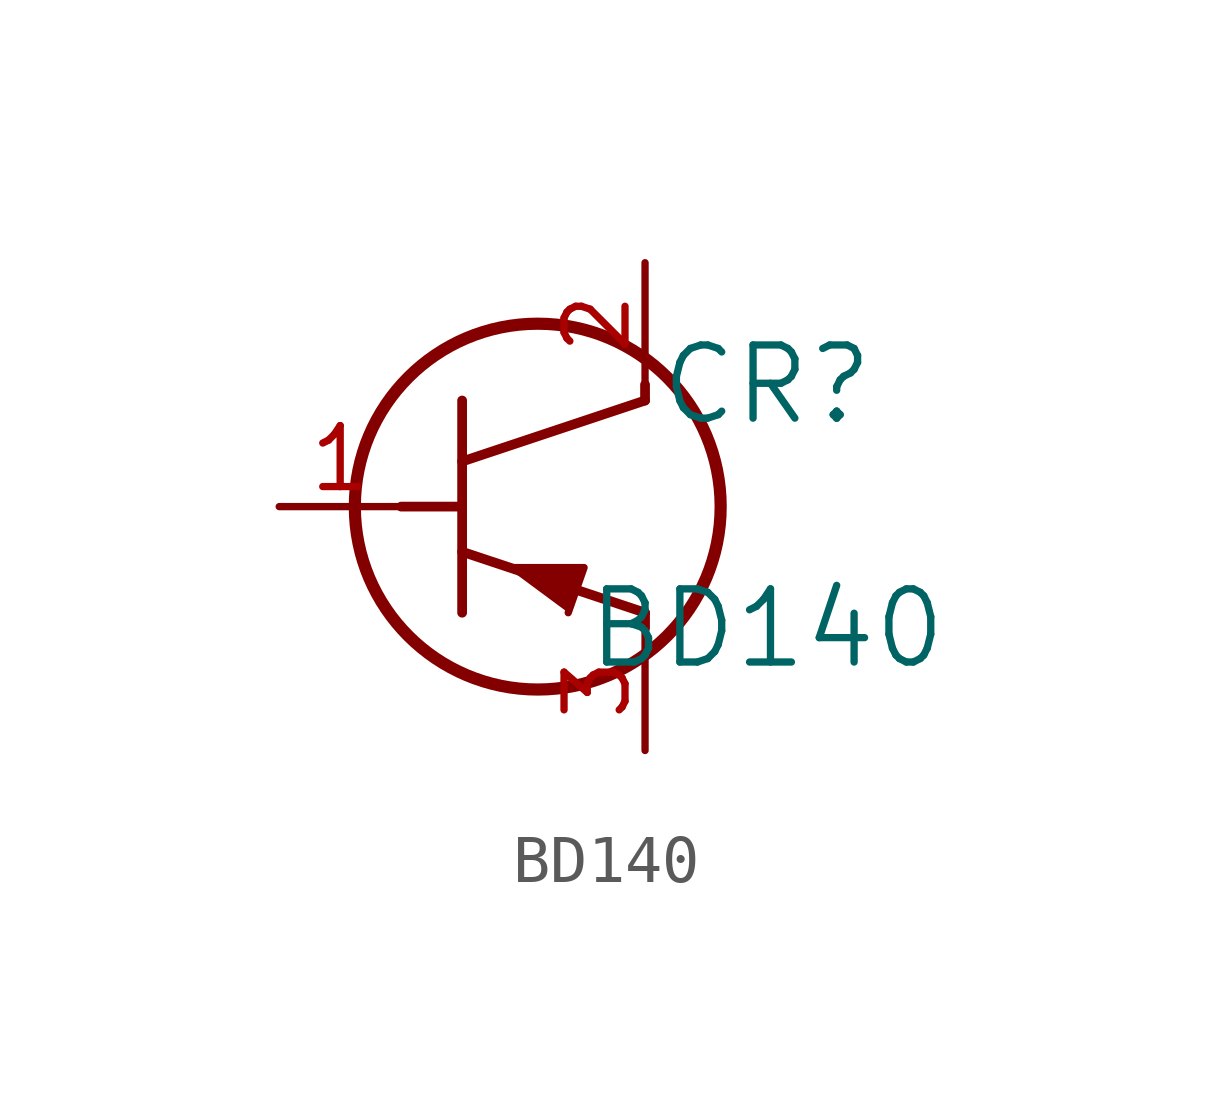
<source format=kicad_sym>
(kicad_symbol_lib
  (version 20211014)
  (generator kicad_symbol_editor)
  (symbol "BD140"
    (pin_names
      (offset 0.254))
    (property "Reference" "CR"
      (at 10.16 2.54 0)
      (effects (font (size 1.524 1.524))))
    (property "Value" "BD140"
      (at 10.16 -2.54 0)
      (effects (font (size 1.524 1.524))))
    (symbol "BD140_0_1"
      (circle (center 5.385 0) (radius 3.81) (stroke (width 0.254) (type default) (color 0 0 0 0)) (fill (type none)))
      (polyline (pts (xy 3.81 -2.21) (xy 3.81 2.21)) (stroke (width 0.203) (type default) (color 0 0 0 0)) (fill (type none)))
      (polyline (pts (xy 3.81 0.94) (xy 7.62 2.21)) (stroke (width 0.203) (type default) (color 0 0 0 0)) (fill (type none)))
      (polyline (pts (xy 3.81 -0.94) (xy 7.62 -2.21)) (stroke (width 0.203) (type default) (color 0 0 0 0)) (fill (type none)))
      (polyline (pts (xy 7.62 -2.54) (xy 7.62 -2.21)) (stroke (width 0.203) (type default) (color 0 0 0 0)) (fill (type none)))
      (polyline (pts (xy 7.62 2.21) (xy 7.62 2.54)) (stroke (width 0.203) (type default) (color 0 0 0 0)) (fill (type none)))
      (polyline (pts (xy 2.54 0) (xy 3.81 0)) (stroke (width 0.203) (type default) (color 0 0 0 0)) (fill (type none)))
      (polyline (pts (xy 6.02 -2.21) (xy 6.35 -1.27) (xy 4.75 -1.27)) (stroke (width 0) (type default) (color 0 0 0 0)) (fill (type outline)))
      (pin unspecified line (at 0 0 0) (length 2.54) (name "" (effects (font (size 1.27 1.27)))) (number "1" (effects (font (size 1.27 1.27)))))
      (pin unspecified line (at 7.62 5.08 270) (length 2.54) (name "" (effects (font (size 1.27 1.27)))) (number "2" (effects (font (size 1.27 1.27)))))
      (pin unspecified line (at 7.62 -5.08 90) (length 2.54) (name "" (effects (font (size 1.27 1.27)))) (number "3" (effects (font (size 1.27 1.27))))))))
</source>
